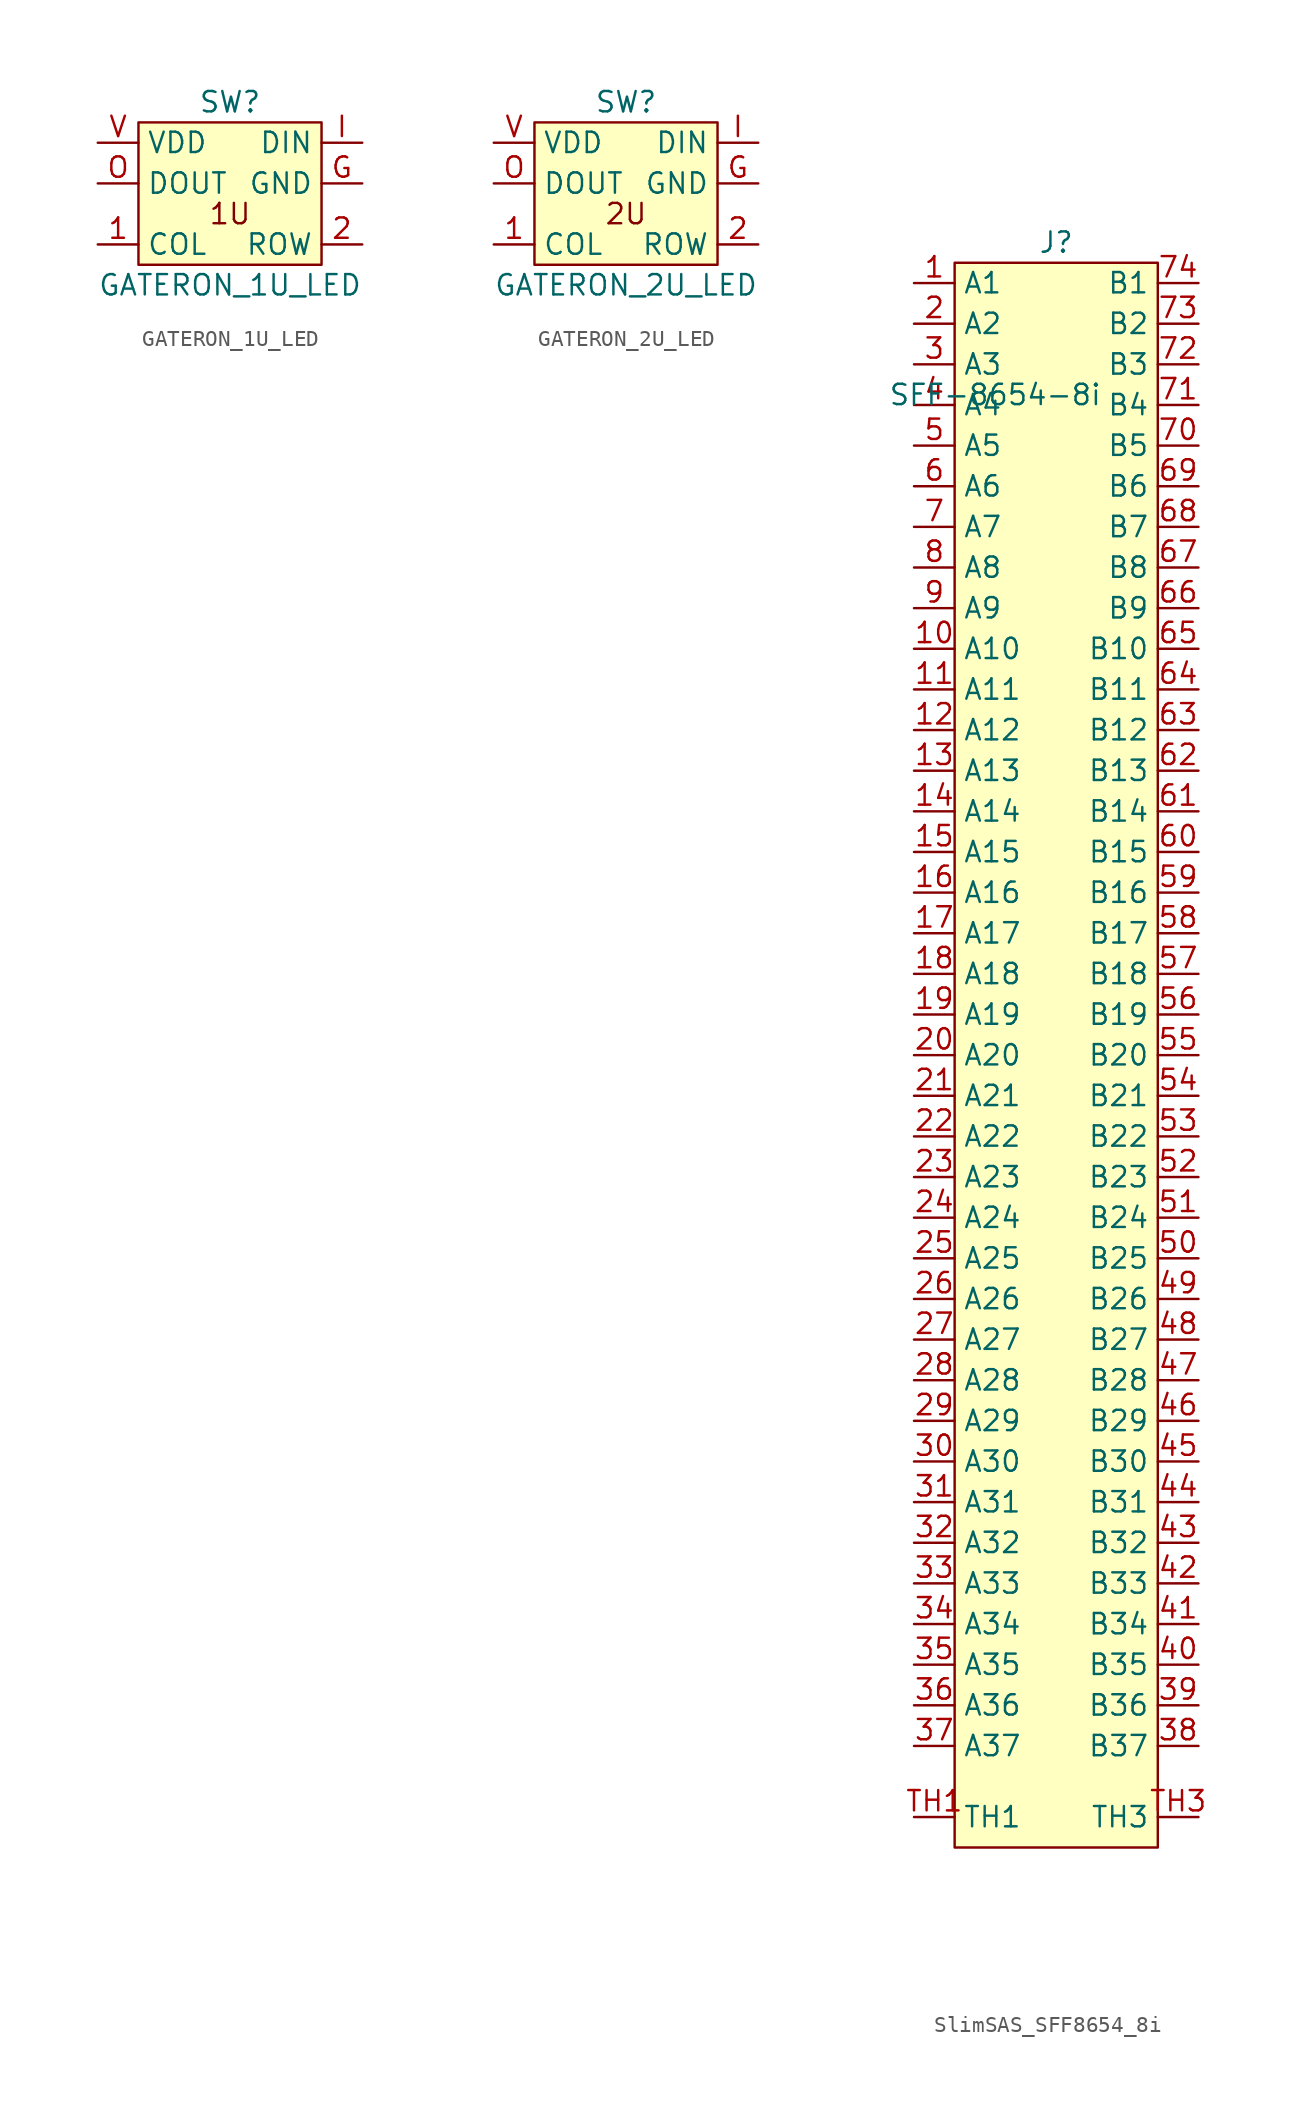
<source format=kicad_sym>
(kicad_symbol_lib
  (version 20220914)
  (generator kicad_symbol_editor)
  (symbol "GATERON_1U_LED"
    (property "Reference" "SW"
      (at 0 5.715 0)
      (effects (font (size 1.27 1.27))))
    (property "Value" "GATERON_1U_LED"
      (at 0 -5.715 0)
      (effects (font (size 1.27 1.27))))
    (symbol "GATERON_1U_LED_1_1"
      (rectangle (start -5.715 4.445) (end 5.715 -4.445) (stroke (width 0) (type default)) (fill (type background)))
      (text "1U" (at 0 -1.27 0) (effects (font (size 1.27 1.27))))
      (pin passive line (at -8.255 -3.175 0) (length 2.54) (name "COL" (effects (font (size 1.27 1.27)))) (number "1" (effects (font (size 1.27 1.27)))))
      (pin passive line (at 8.255 -3.175 180) (length 2.54) (name "ROW" (effects (font (size 1.27 1.27)))) (number "2" (effects (font (size 1.27 1.27)))))
      (pin passive line (at 8.255 0.635 180) (length 2.54) (name "GND" (effects (font (size 1.27 1.27)))) (number "G" (effects (font (size 1.27 1.27)))))
      (pin input line (at 8.255 3.175 180) (length 2.54) (name "DIN" (effects (font (size 1.27 1.27)))) (number "I" (effects (font (size 1.27 1.27)))))
      (pin output line (at -8.255 0.635 0) (length 2.54) (name "DOUT" (effects (font (size 1.27 1.27)))) (number "O" (effects (font (size 1.27 1.27)))))
      (pin passive line (at -8.255 3.175 0) (length 2.54) (name "VDD" (effects (font (size 1.27 1.27)))) (number "V" (effects (font (size 1.27 1.27)))))))
  (symbol "GATERON_2U_LED"
    (property "Reference" "SW"
      (at 0 5.715 0)
      (effects (font (size 1.27 1.27))))
    (property "Value" "GATERON_2U_LED"
      (at 0 -5.715 0)
      (effects (font (size 1.27 1.27))))
    (symbol "GATERON_2U_LED_1_1"
      (rectangle (start -5.715 4.445) (end 5.715 -4.445) (stroke (width 0) (type default)) (fill (type background)))
      (text "2U" (at 0 -1.27 0) (effects (font (size 1.27 1.27))))
      (pin passive line (at -8.255 -3.175 0) (length 2.54) (name "COL" (effects (font (size 1.27 1.27)))) (number "1" (effects (font (size 1.27 1.27)))))
      (pin passive line (at 8.255 -3.175 180) (length 2.54) (name "ROW" (effects (font (size 1.27 1.27)))) (number "2" (effects (font (size 1.27 1.27)))))
      (pin passive line (at 8.255 0.635 180) (length 2.54) (name "GND" (effects (font (size 1.27 1.27)))) (number "G" (effects (font (size 1.27 1.27)))))
      (pin input line (at 8.255 3.175 180) (length 2.54) (name "DIN" (effects (font (size 1.27 1.27)))) (number "I" (effects (font (size 1.27 1.27)))))
      (pin output line (at -8.255 0.635 0) (length 2.54) (name "DOUT" (effects (font (size 1.27 1.27)))) (number "O" (effects (font (size 1.27 1.27)))))
      (pin passive line (at -8.255 3.175 0) (length 2.54) (name "VDD" (effects (font (size 1.27 1.27)))) (number "V" (effects (font (size 1.27 1.27)))))))
  (symbol "SlimSAS_SFF8654_8i"
    (property "Reference" "J"
      (at 0 50.8 0)
      (effects (font (size 1.27 1.27))))
    (property "Value" "SFF-8654-8i"
      (at -3.81 41.275 0)
      (effects (font (size 1.27 1.27))))
    (symbol "SlimSAS_SFF8654_8i_1_0"
      (pin bidirectional line (at -8.89 25.4 0) (length 2.54) (name "A10" (effects (font (size 1.27 1.27)))) (number "10" (effects (font (size 1.27 1.27)))))
      (pin bidirectional line (at -8.89 22.86 0) (length 2.54) (name "A11" (effects (font (size 1.27 1.27)))) (number "11" (effects (font (size 1.27 1.27)))))
      (pin bidirectional line (at -8.89 20.32 0) (length 2.54) (name "A12" (effects (font (size 1.27 1.27)))) (number "12" (effects (font (size 1.27 1.27)))))
      (pin bidirectional line (at -8.89 17.78 0) (length 2.54) (name "A13" (effects (font (size 1.27 1.27)))) (number "13" (effects (font (size 1.27 1.27)))))
      (pin bidirectional line (at -8.89 15.24 0) (length 2.54) (name "A14" (effects (font (size 1.27 1.27)))) (number "14" (effects (font (size 1.27 1.27)))))
      (pin bidirectional line (at -8.89 12.7 0) (length 2.54) (name "A15" (effects (font (size 1.27 1.27)))) (number "15" (effects (font (size 1.27 1.27)))))
      (pin bidirectional line (at -8.89 10.16 0) (length 2.54) (name "A16" (effects (font (size 1.27 1.27)))) (number "16" (effects (font (size 1.27 1.27)))))
      (pin bidirectional line (at -8.89 7.62 0) (length 2.54) (name "A17" (effects (font (size 1.27 1.27)))) (number "17" (effects (font (size 1.27 1.27)))))
      (pin bidirectional line (at -8.89 5.08 0) (length 2.54) (name "A18" (effects (font (size 1.27 1.27)))) (number "18" (effects (font (size 1.27 1.27)))))
      (pin bidirectional line (at -8.89 2.54 0) (length 2.54) (name "A19" (effects (font (size 1.27 1.27)))) (number "19" (effects (font (size 1.27 1.27)))))
      (pin bidirectional line (at -8.89 45.72 0) (length 2.54) (name "A2" (effects (font (size 1.27 1.27)))) (number "2" (effects (font (size 1.27 1.27)))))
      (pin bidirectional line (at -8.89 0 0) (length 2.54) (name "A20" (effects (font (size 1.27 1.27)))) (number "20" (effects (font (size 1.27 1.27)))))
      (pin bidirectional line (at -8.89 -2.54 0) (length 2.54) (name "A21" (effects (font (size 1.27 1.27)))) (number "21" (effects (font (size 1.27 1.27)))))
      (pin bidirectional line (at -8.89 -5.08 0) (length 2.54) (name "A22" (effects (font (size 1.27 1.27)))) (number "22" (effects (font (size 1.27 1.27)))))
      (pin bidirectional line (at -8.89 -7.62 0) (length 2.54) (name "A23" (effects (font (size 1.27 1.27)))) (number "23" (effects (font (size 1.27 1.27)))))
      (pin bidirectional line (at -8.89 -10.16 0) (length 2.54) (name "A24" (effects (font (size 1.27 1.27)))) (number "24" (effects (font (size 1.27 1.27)))))
      (pin bidirectional line (at -8.89 -12.7 0) (length 2.54) (name "A25" (effects (font (size 1.27 1.27)))) (number "25" (effects (font (size 1.27 1.27)))))
      (pin bidirectional line (at -8.89 -15.24 0) (length 2.54) (name "A26" (effects (font (size 1.27 1.27)))) (number "26" (effects (font (size 1.27 1.27)))))
      (pin bidirectional line (at -8.89 -17.78 0) (length 2.54) (name "A27" (effects (font (size 1.27 1.27)))) (number "27" (effects (font (size 1.27 1.27)))))
      (pin bidirectional line (at -8.89 -20.32 0) (length 2.54) (name "A28" (effects (font (size 1.27 1.27)))) (number "28" (effects (font (size 1.27 1.27)))))
      (pin bidirectional line (at -8.89 -22.86 0) (length 2.54) (name "A29" (effects (font (size 1.27 1.27)))) (number "29" (effects (font (size 1.27 1.27)))))
      (pin bidirectional line (at -8.89 43.18 0) (length 2.54) (name "A3" (effects (font (size 1.27 1.27)))) (number "3" (effects (font (size 1.27 1.27)))))
      (pin bidirectional line (at -8.89 -25.4 0) (length 2.54) (name "A30" (effects (font (size 1.27 1.27)))) (number "30" (effects (font (size 1.27 1.27)))))
      (pin bidirectional line (at -8.89 -27.94 0) (length 2.54) (name "A31" (effects (font (size 1.27 1.27)))) (number "31" (effects (font (size 1.27 1.27)))))
      (pin bidirectional line (at -8.89 -30.48 0) (length 2.54) (name "A32" (effects (font (size 1.27 1.27)))) (number "32" (effects (font (size 1.27 1.27)))))
      (pin bidirectional line (at -8.89 -33.02 0) (length 2.54) (name "A33" (effects (font (size 1.27 1.27)))) (number "33" (effects (font (size 1.27 1.27)))))
      (pin bidirectional line (at -8.89 -35.56 0) (length 2.54) (name "A34" (effects (font (size 1.27 1.27)))) (number "34" (effects (font (size 1.27 1.27)))))
      (pin bidirectional line (at -8.89 -38.1 0) (length 2.54) (name "A35" (effects (font (size 1.27 1.27)))) (number "35" (effects (font (size 1.27 1.27)))))
      (pin bidirectional line (at -8.89 -40.64 0) (length 2.54) (name "A36" (effects (font (size 1.27 1.27)))) (number "36" (effects (font (size 1.27 1.27)))))
      (pin bidirectional line (at -8.89 -43.18 0) (length 2.54) (name "A37" (effects (font (size 1.27 1.27)))) (number "37" (effects (font (size 1.27 1.27)))))
      (pin bidirectional line (at 8.89 -40.64 180) (length 2.54) (name "B36" (effects (font (size 1.27 1.27)))) (number "39" (effects (font (size 1.27 1.27)))))
      (pin bidirectional line (at -8.89 40.64 0) (length 2.54) (name "A4" (effects (font (size 1.27 1.27)))) (number "4" (effects (font (size 1.27 1.27)))))
      (pin bidirectional line (at 8.89 -38.1 180) (length 2.54) (name "B35" (effects (font (size 1.27 1.27)))) (number "40" (effects (font (size 1.27 1.27)))))
      (pin bidirectional line (at 8.89 -35.56 180) (length 2.54) (name "B34" (effects (font (size 1.27 1.27)))) (number "41" (effects (font (size 1.27 1.27)))))
      (pin bidirectional line (at 8.89 -33.02 180) (length 2.54) (name "B33" (effects (font (size 1.27 1.27)))) (number "42" (effects (font (size 1.27 1.27)))))
      (pin bidirectional line (at 8.89 -30.48 180) (length 2.54) (name "B32" (effects (font (size 1.27 1.27)))) (number "43" (effects (font (size 1.27 1.27)))))
      (pin bidirectional line (at 8.89 -27.94 180) (length 2.54) (name "B31" (effects (font (size 1.27 1.27)))) (number "44" (effects (font (size 1.27 1.27)))))
      (pin bidirectional line (at 8.89 -25.4 180) (length 2.54) (name "B30" (effects (font (size 1.27 1.27)))) (number "45" (effects (font (size 1.27 1.27)))))
      (pin bidirectional line (at 8.89 -22.86 180) (length 2.54) (name "B29" (effects (font (size 1.27 1.27)))) (number "46" (effects (font (size 1.27 1.27)))))
      (pin bidirectional line (at 8.89 -20.32 180) (length 2.54) (name "B28" (effects (font (size 1.27 1.27)))) (number "47" (effects (font (size 1.27 1.27)))))
      (pin bidirectional line (at 8.89 -17.78 180) (length 2.54) (name "B27" (effects (font (size 1.27 1.27)))) (number "48" (effects (font (size 1.27 1.27)))))
      (pin bidirectional line (at 8.89 -15.24 180) (length 2.54) (name "B26" (effects (font (size 1.27 1.27)))) (number "49" (effects (font (size 1.27 1.27)))))
      (pin bidirectional line (at -8.89 38.1 0) (length 2.54) (name "A5" (effects (font (size 1.27 1.27)))) (number "5" (effects (font (size 1.27 1.27)))))
      (pin bidirectional line (at 8.89 -12.7 180) (length 2.54) (name "B25" (effects (font (size 1.27 1.27)))) (number "50" (effects (font (size 1.27 1.27)))))
      (pin bidirectional line (at 8.89 -10.16 180) (length 2.54) (name "B24" (effects (font (size 1.27 1.27)))) (number "51" (effects (font (size 1.27 1.27)))))
      (pin bidirectional line (at 8.89 -7.62 180) (length 2.54) (name "B23" (effects (font (size 1.27 1.27)))) (number "52" (effects (font (size 1.27 1.27)))))
      (pin bidirectional line (at 8.89 -5.08 180) (length 2.54) (name "B22" (effects (font (size 1.27 1.27)))) (number "53" (effects (font (size 1.27 1.27)))))
      (pin bidirectional line (at 8.89 -2.54 180) (length 2.54) (name "B21" (effects (font (size 1.27 1.27)))) (number "54" (effects (font (size 1.27 1.27)))))
      (pin bidirectional line (at 8.89 0 180) (length 2.54) (name "B20" (effects (font (size 1.27 1.27)))) (number "55" (effects (font (size 1.27 1.27)))))
      (pin bidirectional line (at 8.89 2.54 180) (length 2.54) (name "B19" (effects (font (size 1.27 1.27)))) (number "56" (effects (font (size 1.27 1.27)))))
      (pin bidirectional line (at 8.89 5.08 180) (length 2.54) (name "B18" (effects (font (size 1.27 1.27)))) (number "57" (effects (font (size 1.27 1.27)))))
      (pin bidirectional line (at 8.89 7.62 180) (length 2.54) (name "B17" (effects (font (size 1.27 1.27)))) (number "58" (effects (font (size 1.27 1.27)))))
      (pin bidirectional line (at 8.89 10.16 180) (length 2.54) (name "B16" (effects (font (size 1.27 1.27)))) (number "59" (effects (font (size 1.27 1.27)))))
      (pin bidirectional line (at -8.89 35.56 0) (length 2.54) (name "A6" (effects (font (size 1.27 1.27)))) (number "6" (effects (font (size 1.27 1.27)))))
      (pin bidirectional line (at 8.89 12.7 180) (length 2.54) (name "B15" (effects (font (size 1.27 1.27)))) (number "60" (effects (font (size 1.27 1.27)))))
      (pin bidirectional line (at 8.89 15.24 180) (length 2.54) (name "B14" (effects (font (size 1.27 1.27)))) (number "61" (effects (font (size 1.27 1.27)))))
      (pin bidirectional line (at 8.89 17.78 180) (length 2.54) (name "B13" (effects (font (size 1.27 1.27)))) (number "62" (effects (font (size 1.27 1.27)))))
      (pin bidirectional line (at 8.89 20.32 180) (length 2.54) (name "B12" (effects (font (size 1.27 1.27)))) (number "63" (effects (font (size 1.27 1.27)))))
      (pin bidirectional line (at 8.89 22.86 180) (length 2.54) (name "B11" (effects (font (size 1.27 1.27)))) (number "64" (effects (font (size 1.27 1.27)))))
      (pin bidirectional line (at 8.89 25.4 180) (length 2.54) (name "B10" (effects (font (size 1.27 1.27)))) (number "65" (effects (font (size 1.27 1.27)))))
      (pin bidirectional line (at 8.89 27.94 180) (length 2.54) (name "B9" (effects (font (size 1.27 1.27)))) (number "66" (effects (font (size 1.27 1.27)))))
      (pin bidirectional line (at 8.89 30.48 180) (length 2.54) (name "B8" (effects (font (size 1.27 1.27)))) (number "67" (effects (font (size 1.27 1.27)))))
      (pin bidirectional line (at 8.89 33.02 180) (length 2.54) (name "B7" (effects (font (size 1.27 1.27)))) (number "68" (effects (font (size 1.27 1.27)))))
      (pin bidirectional line (at 8.89 35.56 180) (length 2.54) (name "B6" (effects (font (size 1.27 1.27)))) (number "69" (effects (font (size 1.27 1.27)))))
      (pin bidirectional line (at -8.89 33.02 0) (length 2.54) (name "A7" (effects (font (size 1.27 1.27)))) (number "7" (effects (font (size 1.27 1.27)))))
      (pin bidirectional line (at 8.89 38.1 180) (length 2.54) (name "B5" (effects (font (size 1.27 1.27)))) (number "70" (effects (font (size 1.27 1.27)))))
      (pin bidirectional line (at 8.89 40.64 180) (length 2.54) (name "B4" (effects (font (size 1.27 1.27)))) (number "71" (effects (font (size 1.27 1.27)))))
      (pin bidirectional line (at 8.89 43.18 180) (length 2.54) (name "B3" (effects (font (size 1.27 1.27)))) (number "72" (effects (font (size 1.27 1.27)))))
      (pin bidirectional line (at 8.89 45.72 180) (length 2.54) (name "B2" (effects (font (size 1.27 1.27)))) (number "73" (effects (font (size 1.27 1.27)))))
      (pin bidirectional line (at 8.89 48.26 180) (length 2.54) (name "B1" (effects (font (size 1.27 1.27)))) (number "74" (effects (font (size 1.27 1.27)))))
      (pin bidirectional line (at -8.89 30.48 0) (length 2.54) (name "A8" (effects (font (size 1.27 1.27)))) (number "8" (effects (font (size 1.27 1.27)))))
      (pin bidirectional line (at -8.89 27.94 0) (length 2.54) (name "A9" (effects (font (size 1.27 1.27)))) (number "9" (effects (font (size 1.27 1.27))))))
    (symbol "SlimSAS_SFF8654_8i_1_1"
      (rectangle (start -6.35 49.53) (end 6.35 -49.53) (stroke (width 0) (type default)) (fill (type background)))
      (pin bidirectional line (at -8.89 48.26 0) (length 2.54) (name "A1" (effects (font (size 1.27 1.27)))) (number "1" (effects (font (size 1.27 1.27)))))
      (pin bidirectional line (at 8.89 -43.18 180) (length 2.54) (name "B37" (effects (font (size 1.27 1.27)))) (number "38" (effects (font (size 1.27 1.27)))))
      (pin passive line (at -8.89 -47.625 0) (length 2.54) (name "TH1" (effects (font (size 1.27 1.27)))) (number "TH1" (effects (font (size 1.27 1.27)))))
      (pin passive line (at -8.89 -47.625 0) (length 2.54) hide (name "TH2" (effects (font (size 1.27 1.27)))) (number "TH2" (effects (font (size 1.27 1.27)))))
      (pin passive line (at 8.89 -47.625 180) (length 2.54) (name "TH3" (effects (font (size 1.27 1.27)))) (number "TH3" (effects (font (size 1.27 1.27)))))
      (pin passive line (at 8.89 -47.625 180) (length 2.54) hide (name "TH4" (effects (font (size 1.27 1.27)))) (number "TH4" (effects (font (size 1.27 1.27))))))))
</source>
